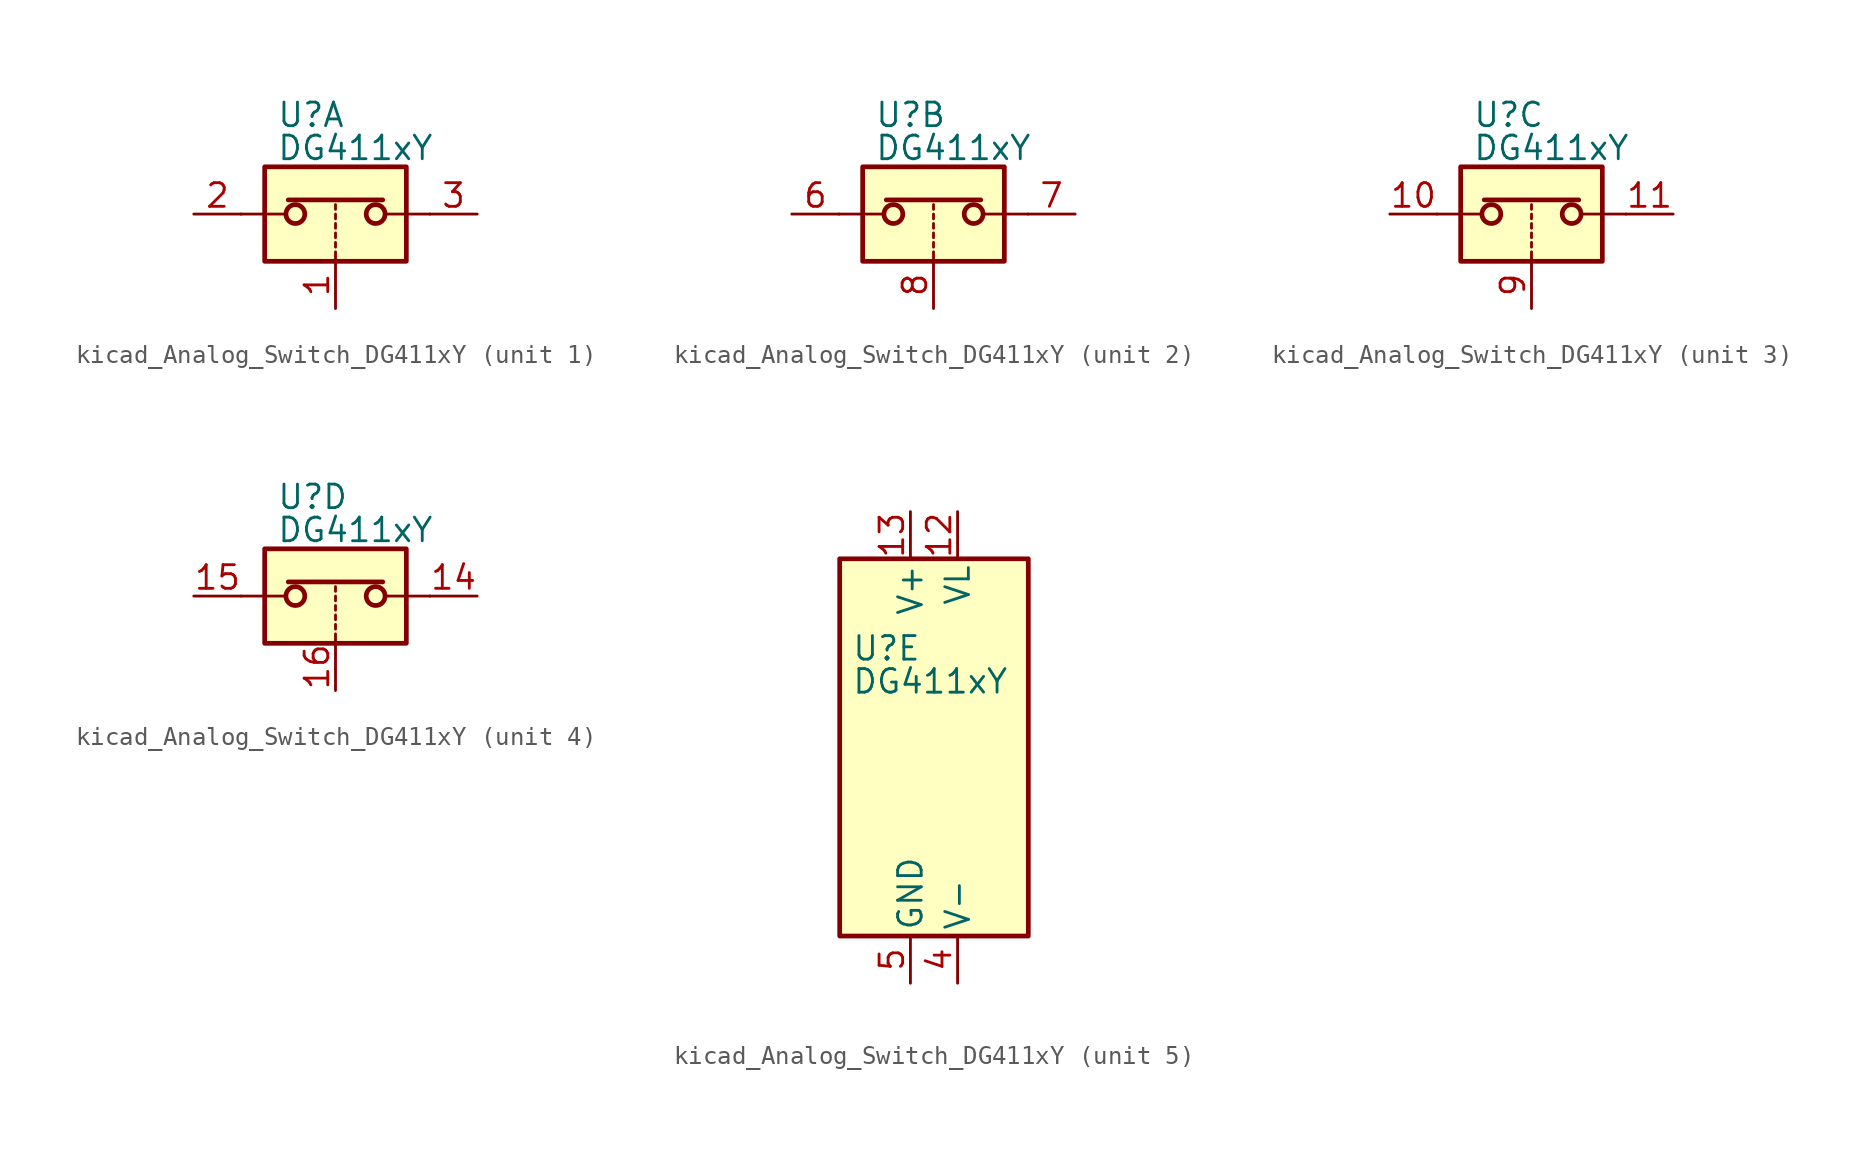
<source format=kicad_sym>
(kicad_symbol_lib
  (version 20220914)
  (generator kicad_symbol_editor)
  (symbol "kicad_Analog_Switch_DG411xY"
    (pin_names
      (offset 0.254))
    (property "Reference" "U"
      (at -3.175 5.334 0)
      (effects (font (size 1.27 1.27)) (justify left)))
    (property "Value" "DG411xY"
      (at -3.175 3.556 0)
      (effects (font (size 1.27 1.27)) (justify left)))
    (symbol "kicad_Analog_Switch_DG411xY_1_1"
      (rectangle (start -3.81 2.54) (end 3.81 -2.54) (stroke (width 0.254) (type default)) (fill (type background)))
      (circle (center -2.159 0) (radius 0.508) (stroke (width 0.254) (type default)) (fill (type none)))
      (polyline (pts (xy -5.08 0) (xy -2.794 0)) (stroke (width 0) (type default)) (fill (type none)))
      (polyline (pts (xy -2.54 0.762) (xy 2.54 0.762)) (stroke (width 0.254) (type default)) (fill (type none)))
      (polyline (pts (xy 0 -2.54) (xy 0 -2.032)) (stroke (width 0) (type default)) (fill (type none)))
      (polyline (pts (xy 0 -1.778) (xy 0 -1.524)) (stroke (width 0) (type default)) (fill (type none)))
      (polyline (pts (xy 0 -1.27) (xy 0 -1.016)) (stroke (width 0) (type default)) (fill (type none)))
      (polyline (pts (xy 0 -0.762) (xy 0 -0.508)) (stroke (width 0) (type default)) (fill (type none)))
      (polyline (pts (xy 0 -0.254) (xy 0 0)) (stroke (width 0) (type default)) (fill (type none)))
      (polyline (pts (xy 0 0.254) (xy 0 0.508)) (stroke (width 0) (type default)) (fill (type none)))
      (polyline (pts (xy 5.08 0) (xy 2.794 0)) (stroke (width 0) (type default)) (fill (type none)))
      (circle (center 2.159 0) (radius 0.508) (stroke (width 0.254) (type default)) (fill (type none)))
      (pin input line (at 0 -5.08 90) (length 2.54) (name "~" (effects (font (size 1.27 1.27)))) (number "1" (effects (font (size 1.27 1.27)))))
      (pin passive line (at -7.62 0 0) (length 2.54) (name "~" (effects (font (size 1.27 1.27)))) (number "2" (effects (font (size 1.27 1.27)))))
      (pin passive line (at 7.62 0 180) (length 2.54) (name "~" (effects (font (size 1.27 1.27)))) (number "3" (effects (font (size 1.27 1.27))))))
    (symbol "kicad_Analog_Switch_DG411xY_2_1"
      (rectangle (start -3.81 2.54) (end 3.81 -2.54) (stroke (width 0.254) (type default)) (fill (type background)))
      (circle (center -2.159 0) (radius 0.508) (stroke (width 0.254) (type default)) (fill (type none)))
      (polyline (pts (xy -5.08 0) (xy -2.794 0)) (stroke (width 0) (type default)) (fill (type none)))
      (polyline (pts (xy -2.54 0.762) (xy 2.54 0.762)) (stroke (width 0.254) (type default)) (fill (type none)))
      (polyline (pts (xy 0 -2.54) (xy 0 -2.032)) (stroke (width 0) (type default)) (fill (type none)))
      (polyline (pts (xy 0 -1.778) (xy 0 -1.524)) (stroke (width 0) (type default)) (fill (type none)))
      (polyline (pts (xy 0 -1.27) (xy 0 -1.016)) (stroke (width 0) (type default)) (fill (type none)))
      (polyline (pts (xy 0 -0.762) (xy 0 -0.508)) (stroke (width 0) (type default)) (fill (type none)))
      (polyline (pts (xy 0 -0.254) (xy 0 0)) (stroke (width 0) (type default)) (fill (type none)))
      (polyline (pts (xy 0 0.254) (xy 0 0.508)) (stroke (width 0) (type default)) (fill (type none)))
      (polyline (pts (xy 5.08 0) (xy 2.794 0)) (stroke (width 0) (type default)) (fill (type none)))
      (circle (center 2.159 0) (radius 0.508) (stroke (width 0.254) (type default)) (fill (type none)))
      (pin passive line (at -7.62 0 0) (length 2.54) (name "~" (effects (font (size 1.27 1.27)))) (number "6" (effects (font (size 1.27 1.27)))))
      (pin passive line (at 7.62 0 180) (length 2.54) (name "~" (effects (font (size 1.27 1.27)))) (number "7" (effects (font (size 1.27 1.27)))))
      (pin input line (at 0 -5.08 90) (length 2.54) (name "~" (effects (font (size 1.27 1.27)))) (number "8" (effects (font (size 1.27 1.27))))))
    (symbol "kicad_Analog_Switch_DG411xY_3_1"
      (rectangle (start -3.81 2.54) (end 3.81 -2.54) (stroke (width 0.254) (type default)) (fill (type background)))
      (circle (center -2.159 0) (radius 0.508) (stroke (width 0.254) (type default)) (fill (type none)))
      (polyline (pts (xy -5.08 0) (xy -2.794 0)) (stroke (width 0) (type default)) (fill (type none)))
      (polyline (pts (xy -2.54 0.762) (xy 2.54 0.762)) (stroke (width 0.254) (type default)) (fill (type none)))
      (polyline (pts (xy 0 -2.54) (xy 0 -2.032)) (stroke (width 0) (type default)) (fill (type none)))
      (polyline (pts (xy 0 -1.778) (xy 0 -1.524)) (stroke (width 0) (type default)) (fill (type none)))
      (polyline (pts (xy 0 -1.27) (xy 0 -1.016)) (stroke (width 0) (type default)) (fill (type none)))
      (polyline (pts (xy 0 -0.762) (xy 0 -0.508)) (stroke (width 0) (type default)) (fill (type none)))
      (polyline (pts (xy 0 -0.254) (xy 0 0)) (stroke (width 0) (type default)) (fill (type none)))
      (polyline (pts (xy 0 0.254) (xy 0 0.508)) (stroke (width 0) (type default)) (fill (type none)))
      (polyline (pts (xy 5.08 0) (xy 2.794 0)) (stroke (width 0) (type default)) (fill (type none)))
      (circle (center 2.159 0) (radius 0.508) (stroke (width 0.254) (type default)) (fill (type none)))
      (pin passive line (at -7.62 0 0) (length 2.54) (name "~" (effects (font (size 1.27 1.27)))) (number "10" (effects (font (size 1.27 1.27)))))
      (pin passive line (at 7.62 0 180) (length 2.54) (name "~" (effects (font (size 1.27 1.27)))) (number "11" (effects (font (size 1.27 1.27)))))
      (pin input line (at 0 -5.08 90) (length 2.54) (name "~" (effects (font (size 1.27 1.27)))) (number "9" (effects (font (size 1.27 1.27))))))
    (symbol "kicad_Analog_Switch_DG411xY_4_1"
      (rectangle (start -3.81 2.54) (end 3.81 -2.54) (stroke (width 0.254) (type default)) (fill (type background)))
      (circle (center -2.159 0) (radius 0.508) (stroke (width 0.254) (type default)) (fill (type none)))
      (polyline (pts (xy -5.08 0) (xy -2.794 0)) (stroke (width 0) (type default)) (fill (type none)))
      (polyline (pts (xy -2.54 0.762) (xy 2.54 0.762)) (stroke (width 0.254) (type default)) (fill (type none)))
      (polyline (pts (xy 0 -2.54) (xy 0 -2.032)) (stroke (width 0) (type default)) (fill (type none)))
      (polyline (pts (xy 0 -1.778) (xy 0 -1.524)) (stroke (width 0) (type default)) (fill (type none)))
      (polyline (pts (xy 0 -1.27) (xy 0 -1.016)) (stroke (width 0) (type default)) (fill (type none)))
      (polyline (pts (xy 0 -0.762) (xy 0 -0.508)) (stroke (width 0) (type default)) (fill (type none)))
      (polyline (pts (xy 0 -0.254) (xy 0 0)) (stroke (width 0) (type default)) (fill (type none)))
      (polyline (pts (xy 0 0.254) (xy 0 0.508)) (stroke (width 0) (type default)) (fill (type none)))
      (polyline (pts (xy 5.08 0) (xy 2.794 0)) (stroke (width 0) (type default)) (fill (type none)))
      (circle (center 2.159 0) (radius 0.508) (stroke (width 0.254) (type default)) (fill (type none)))
      (pin passive line (at 7.62 0 180) (length 2.54) (name "~" (effects (font (size 1.27 1.27)))) (number "14" (effects (font (size 1.27 1.27)))))
      (pin passive line (at -7.62 0 0) (length 2.54) (name "~" (effects (font (size 1.27 1.27)))) (number "15" (effects (font (size 1.27 1.27)))))
      (pin input line (at 0 -5.08 90) (length 2.54) (name "~" (effects (font (size 1.27 1.27)))) (number "16" (effects (font (size 1.27 1.27))))))
    (symbol "kicad_Analog_Switch_DG411xY_5_0"
      (pin power_in line (at 2.54 12.7 270) (length 2.54) (name "VL" (effects (font (size 1.27 1.27)))) (number "12" (effects (font (size 1.27 1.27)))))
      (pin power_in line (at 0 12.7 270) (length 2.54) (name "V+" (effects (font (size 1.27 1.27)))) (number "13" (effects (font (size 1.27 1.27)))))
      (pin power_in line (at 2.54 -12.7 90) (length 2.54) (name "V-" (effects (font (size 1.27 1.27)))) (number "4" (effects (font (size 1.27 1.27)))))
      (pin power_in line (at 0 -12.7 90) (length 2.54) (name "GND" (effects (font (size 1.27 1.27)))) (number "5" (effects (font (size 1.27 1.27))))))
    (symbol "kicad_Analog_Switch_DG411xY_5_1"
      (rectangle (start -3.81 10.16) (end 6.35 -10.16) (stroke (width 0.254) (type default)) (fill (type background))))))
</source>
